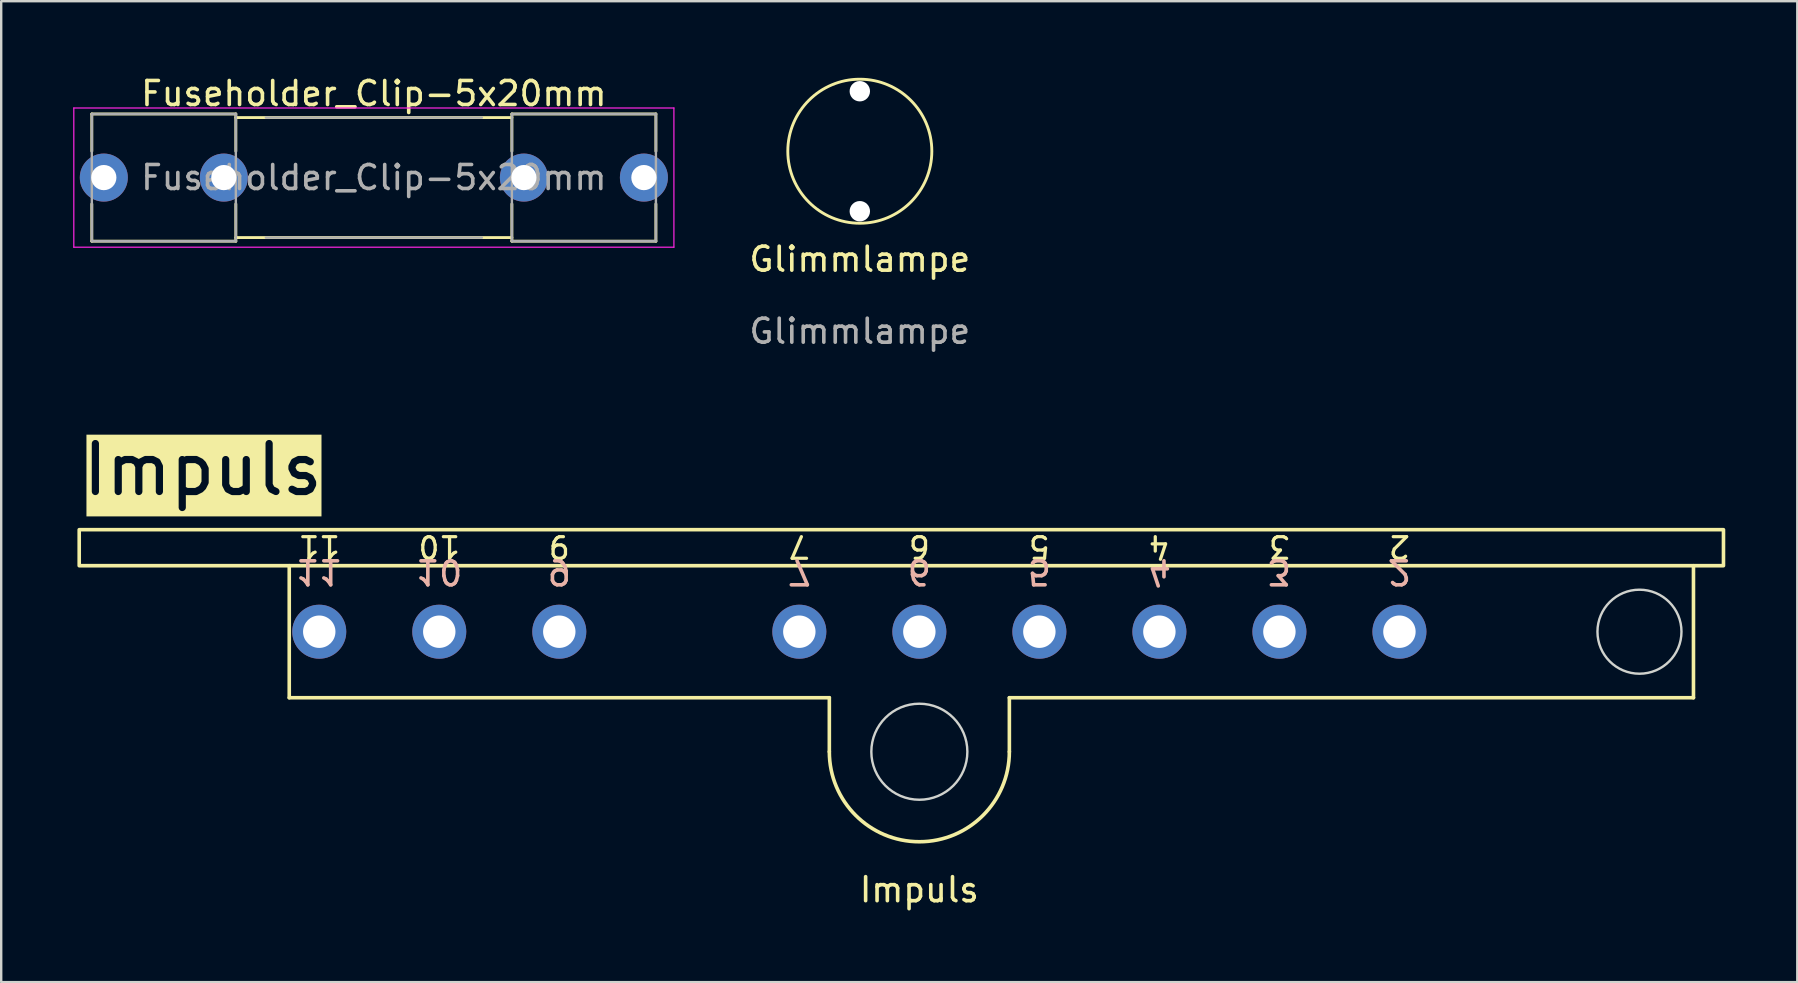
<source format=kicad_pcb>
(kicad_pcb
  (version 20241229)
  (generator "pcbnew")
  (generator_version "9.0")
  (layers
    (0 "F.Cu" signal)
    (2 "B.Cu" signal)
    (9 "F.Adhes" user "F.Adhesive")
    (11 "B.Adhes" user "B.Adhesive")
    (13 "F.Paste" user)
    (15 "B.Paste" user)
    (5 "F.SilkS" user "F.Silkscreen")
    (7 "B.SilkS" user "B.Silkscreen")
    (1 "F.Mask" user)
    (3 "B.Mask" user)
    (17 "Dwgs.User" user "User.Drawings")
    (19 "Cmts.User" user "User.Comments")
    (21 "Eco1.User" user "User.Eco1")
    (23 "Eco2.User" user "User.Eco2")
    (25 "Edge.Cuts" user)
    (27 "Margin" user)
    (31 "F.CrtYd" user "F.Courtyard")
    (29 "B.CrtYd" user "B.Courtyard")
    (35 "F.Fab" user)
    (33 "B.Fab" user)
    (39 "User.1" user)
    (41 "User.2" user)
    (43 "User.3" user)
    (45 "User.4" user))
  (footprint "Impuls"
    (layer "F.Cu")
    (at 0.25 19.017)
    (property "Reference" "Impuls" (at 35 15 0) (unlocked yes) (layer "F.SilkS") (effects (font (size 1 1) (thickness 0.15))))
    (attr through_hole)
    (fp_line (start 8.75 7) (end 8.75 1.5) (stroke (width 0.15) (type default)) (layer "F.SilkS"))
    (fp_line (start 31.25 7) (end 8.75 7) (stroke (width 0.15) (type default)) (layer "F.SilkS"))
    (fp_line (start 31.25 7) (end 31.25 9.25) (stroke (width 0.15) (type default)) (layer "F.SilkS"))
    (fp_line (start 38.75 7) (end 38.75 9.25) (stroke (width 0.15) (type default)) (layer "F.SilkS"))
    (fp_line (start 67.25 1.5) (end 67.25 7) (stroke (width 0.15) (type default)) (layer "F.SilkS"))
    (fp_line (start 67.25 7) (end 38.75 7) (stroke (width 0.15) (type default)) (layer "F.SilkS"))
    (fp_rect (start 68.5 0) (end 0 1.5) (stroke (width 0.15) (type default)) (fill no) (layer "F.SilkS"))
    (fp_arc (start 38.75 9.25) (mid 35 13) (end 31.25 9.25) (stroke (width 0.15) (type default)) (layer "F.SilkS"))
    (fp_circle (center 35 9.25) (end 37 9.25) (stroke (width 0.1) (type default)) (fill no) (layer "Edge.Cuts"))
    (fp_circle (center 65 4.25) (end 66.75 4.25) (stroke (width 0.1) (type default)) (fill no) (layer "Edge.Cuts"))
    (fp_text user "11" (at 10 0.7 180) (unlocked yes) (layer "F.SilkS") (effects (font (size 0.9 0.9) (thickness 0.135))))
    (fp_text user "Impuls" (at 0 -2.5 0) (unlocked yes) (layer "F.SilkS" knockout) (effects (font (size 2 2) (thickness 0.3)) (justify left)))
    (fp_text user "4" (at 45 0.7 180) (unlocked yes) (layer "F.SilkS") (effects (font (size 0.9 0.9) (thickness 0.135))))
    (fp_text user "2" (at 55 0.7 180) (unlocked yes) (layer "F.SilkS") (effects (font (size 0.9 0.9) (thickness 0.135))))
    (fp_text user "5" (at 40 0.7 180) (unlocked yes) (layer "F.SilkS") (effects (font (size 0.9 0.9) (thickness 0.135))))
    (fp_text user "3" (at 50 0.7 180) (unlocked yes) (layer "F.SilkS") (effects (font (size 0.9 0.9) (thickness 0.135))))
    (fp_text user "6" (at 35 0.7 180) (unlocked yes) (layer "F.SilkS") (effects (font (size 0.9 0.9) (thickness 0.135))))
    (fp_text user "10" (at 15 0.7 180) (unlocked yes) (layer "F.SilkS") (effects (font (size 0.9 0.9) (thickness 0.135))))
    (fp_text user "7" (at 30 0.7 180) (unlocked yes) (layer "F.SilkS") (effects (font (size 0.9 0.9) (thickness 0.135))))
    (fp_text user "9" (at 20 0.7 180) (unlocked yes) (layer "F.SilkS") (effects (font (size 0.9 0.9) (thickness 0.135))))
    (fp_text user "9" (at 20 1.75 180) (unlocked yes) (layer "B.SilkS") (effects (font (size 1 1) (thickness 0.15)) (justify mirror)))
    (fp_text user "10" (at 15 1.75 180) (unlocked yes) (layer "B.SilkS") (effects (font (size 1 1) (thickness 0.15)) (justify mirror)))
    (fp_text user "11" (at 10 1.75 180) (unlocked yes) (layer "B.SilkS") (effects (font (size 1 1) (thickness 0.15)) (justify mirror)))
    (fp_text user "2" (at 55 1.75 180) (unlocked yes) (layer "B.SilkS") (effects (font (size 1 1) (thickness 0.15)) (justify mirror)))
    (fp_text user "6" (at 35 1.75 180) (unlocked yes) (layer "B.SilkS") (effects (font (size 1 1) (thickness 0.15)) (justify mirror)))
    (fp_text user "3" (at 50 1.75 180) (unlocked yes) (layer "B.SilkS") (effects (font (size 1 1) (thickness 0.15)) (justify mirror)))
    (fp_text user "5" (at 40 1.75 180) (unlocked yes) (layer "B.SilkS") (effects (font (size 1 1) (thickness 0.15)) (justify mirror)))
    (fp_text user "4" (at 45 1.75 180) (unlocked yes) (layer "B.SilkS") (effects (font (size 1 1) (thickness 0.15)) (justify mirror)))
    (fp_text user "7" (at 30 1.75 180) (unlocked yes) (layer "B.SilkS") (effects (font (size 1 1) (thickness 0.15)) (justify mirror)))
    (pad "2" thru_hole circle (at 55 4.25) (size 2.25 2.25) (drill 1.35) (layers "*.Cu" "B.Mask") (remove_unused_layers yes) (keep_end_layers yes) (zone_layer_connections))
    (pad "3" thru_hole circle (at 50 4.25) (size 2.25 2.25) (drill 1.35) (layers "*.Cu" "B.Mask") (remove_unused_layers yes) (keep_end_layers yes) (zone_layer_connections))
    (pad "4" thru_hole circle (at 45 4.25) (size 2.25 2.25) (drill 1.35) (layers "*.Cu" "B.Mask") (remove_unused_layers yes) (keep_end_layers yes) (zone_layer_connections))
    (pad "5" thru_hole circle (at 40 4.25) (size 2.25 2.25) (drill 1.35) (layers "*.Cu" "B.Mask") (remove_unused_layers yes) (keep_end_layers yes) (zone_layer_connections))
    (pad "6" thru_hole circle (at 35 4.25) (size 2.25 2.25) (drill 1.35) (layers "*.Cu" "B.Mask") (remove_unused_layers yes) (keep_end_layers yes) (zone_layer_connections))
    (pad "7" thru_hole circle (at 30 4.25) (size 2.25 2.25) (drill 1.35) (layers "*.Cu" "B.Mask") (remove_unused_layers yes) (keep_end_layers yes) (zone_layer_connections))
    (pad "9" thru_hole circle (at 20 4.25) (size 2.25 2.25) (drill 1.35) (layers "*.Cu" "B.Mask") (remove_unused_layers yes) (keep_end_layers yes) (zone_layer_connections))
    (pad "10" thru_hole circle (at 15 4.25) (size 2.25 2.25) (drill 1.35) (layers "*.Cu" "B.Mask") (remove_unused_layers yes) (keep_end_layers yes) (zone_layer_connections))
    (pad "11" thru_hole circle (at 10 4.25) (size 2.25 2.25) (drill 1.35) (layers "*.Cu" "B.Mask") (remove_unused_layers yes) (keep_end_layers yes) (zone_layer_connections)))
  (footprint "Glimmlampe"
    (layer "F.Cu")
    (at 32.77 3.25)
    (property "Reference" "Glimmlampe" (at 0 4.5 0) (unlocked yes) (layer "F.SilkS") (effects (font (size 1 1) (thickness 0.15))))
    (attr through_hole)
    (fp_circle (center 0 0) (end 3 0) (stroke (width 0.12) (type default)) (fill no) (layer "F.SilkS"))
    (fp_text user "${REFERENCE}" (at 0 7.5 0) (unlocked yes) (layer "F.Fab") (effects (font (size 1 1) (thickness 0.15))))
    (pad "1" thru_hole circle (at 0 -2.5) (size 1.5 1.5) (drill 0.85) (layers "*.Cu" "B.Mask") (remove_unused_layers yes) (zone_layer_connections))
    (pad "2" thru_hole circle (at 0 2.5) (size 1.5 1.5) (drill 0.85) (layers "*.Cu" "B.Mask") (remove_unused_layers yes) (zone_layer_connections)))
  (footprint "Fuseholder_Clip-5x20mm"
    (layer "F.Cu")
    (at 2.525 4.348)
    (property "Reference" "Fuseholder_Clip-5x20mm" (at 10 -3.5 0) (layer "F.SilkS") (effects (font (size 1 1) (thickness 0.15))))
    (attr through_hole)
    (fp_line (start -1.75 -2.65) (end -1.75 -1.1) (stroke (width 0.12) (type solid)) (layer "F.SilkS"))
    (fp_line (start -1.75 2.65) (end -1.75 1.1) (stroke (width 0.12) (type solid)) (layer "F.SilkS"))
    (fp_line (start 4.25 -2.65) (end -1.75 -2.65) (stroke (width 0.12) (type solid)) (layer "F.SilkS"))
    (fp_line (start 4.25 -2.65) (end 4.25 -1.1) (stroke (width 0.12) (type solid)) (layer "F.SilkS"))
    (fp_line (start 4.25 2.65) (end -1.75 2.65) (stroke (width 0.12) (type solid)) (layer "F.SilkS"))
    (fp_line (start 4.25 2.65) (end 4.25 1.1) (stroke (width 0.12) (type solid)) (layer "F.SilkS"))
    (fp_line (start 15.75 -2.65) (end 15.75 -1.1) (stroke (width 0.12) (type solid)) (layer "F.SilkS"))
    (fp_line (start 15.75 -2.5) (end 4.25 -2.5) (stroke (width 0.12) (type solid)) (layer "F.SilkS"))
    (fp_line (start 15.75 2.5) (end 4.25 2.5) (stroke (width 0.12) (type solid)) (layer "F.SilkS"))
    (fp_line (start 15.75 2.65) (end 15.75 1.1) (stroke (width 0.12) (type solid)) (layer "F.SilkS"))
    (fp_line (start 15.75 2.65) (end 21.75 2.65) (stroke (width 0.12) (type solid)) (layer "F.SilkS"))
    (fp_line (start 21.75 -2.65) (end 15.75 -2.65) (stroke (width 0.12) (type solid)) (layer "F.SilkS"))
    (fp_line (start 21.75 -1.1) (end 21.75 -2.65) (stroke (width 0.12) (type solid)) (layer "F.SilkS"))
    (fp_line (start 21.75 1.1) (end 21.75 2.65) (stroke (width 0.12) (type solid)) (layer "F.SilkS"))
    (fp_line (start -2.5 -2.9) (end -2.5 2.9) (stroke (width 0.05) (type solid)) (layer "F.CrtYd"))
    (fp_line (start -2.5 -2.9) (end 22.5 -2.9) (stroke (width 0.05) (type solid)) (layer "F.CrtYd"))
    (fp_line (start 22.5 2.9) (end -2.5 2.9) (stroke (width 0.05) (type solid)) (layer "F.CrtYd"))
    (fp_line (start 22.5 2.9) (end 22.5 -2.9) (stroke (width 0.05) (type solid)) (layer "F.CrtYd"))
    (fp_line (start -1.75 -2.65) (end 4.25 -2.65) (stroke (width 0.1) (type solid)) (layer "F.Fab"))
    (fp_line (start -1.75 2.65) (end -1.75 -2.65) (stroke (width 0.1) (type solid)) (layer "F.Fab"))
    (fp_line (start 4.25 -2.65) (end 4.25 2.65) (stroke (width 0.1) (type solid)) (layer "F.Fab"))
    (fp_line (start 4.25 2.65) (end -1.75 2.65) (stroke (width 0.1) (type solid)) (layer "F.Fab"))
    (fp_line (start 5.5 -2.5) (end 14.5 -2.5) (stroke (width 0.1) (type solid)) (layer "F.Fab"))
    (fp_line (start 14.5 2.5) (end 5.5 2.5) (stroke (width 0.1) (type solid)) (layer "F.Fab"))
    (fp_line (start 15.75 -2.65) (end 15.75 2.65) (stroke (width 0.1) (type solid)) (layer "F.Fab"))
    (fp_line (start 15.75 2.65) (end 21.75 2.65) (stroke (width 0.1) (type solid)) (layer "F.Fab"))
    (fp_line (start 21.75 -2.65) (end 15.75 -2.65) (stroke (width 0.1) (type solid)) (layer "F.Fab"))
    (fp_line (start 21.75 2.65) (end 21.75 -2.65) (stroke (width 0.1) (type solid)) (layer "F.Fab"))
    (fp_text user "${REFERENCE}" (at 10 0 0) (layer "F.Fab") (effects (font (size 1 1) (thickness 0.15))))
    (pad "1" thru_hole circle (at -1.25 0) (size 2 2) (drill 1.05) (layers "*.Cu" "*.Mask"))
    (pad "1" thru_hole circle (at 3.75 0) (size 2 2) (drill 1.05) (layers "*.Cu" "*.Mask"))
    (pad "2" thru_hole circle (at 16.25 0) (size 2 2) (drill 1.05) (layers "*.Cu" "*.Mask"))
    (pad "2" thru_hole circle (at 21.25 0) (size 2 2) (drill 1.05) (layers "*.Cu" "*.Mask")))
  (gr_rect
    (start -3 -3)
    (end 71.825 37.865)
    (stroke (width 0.1) (type default))
    (fill no)
    (layer "Edge.Cuts")))
</source>
